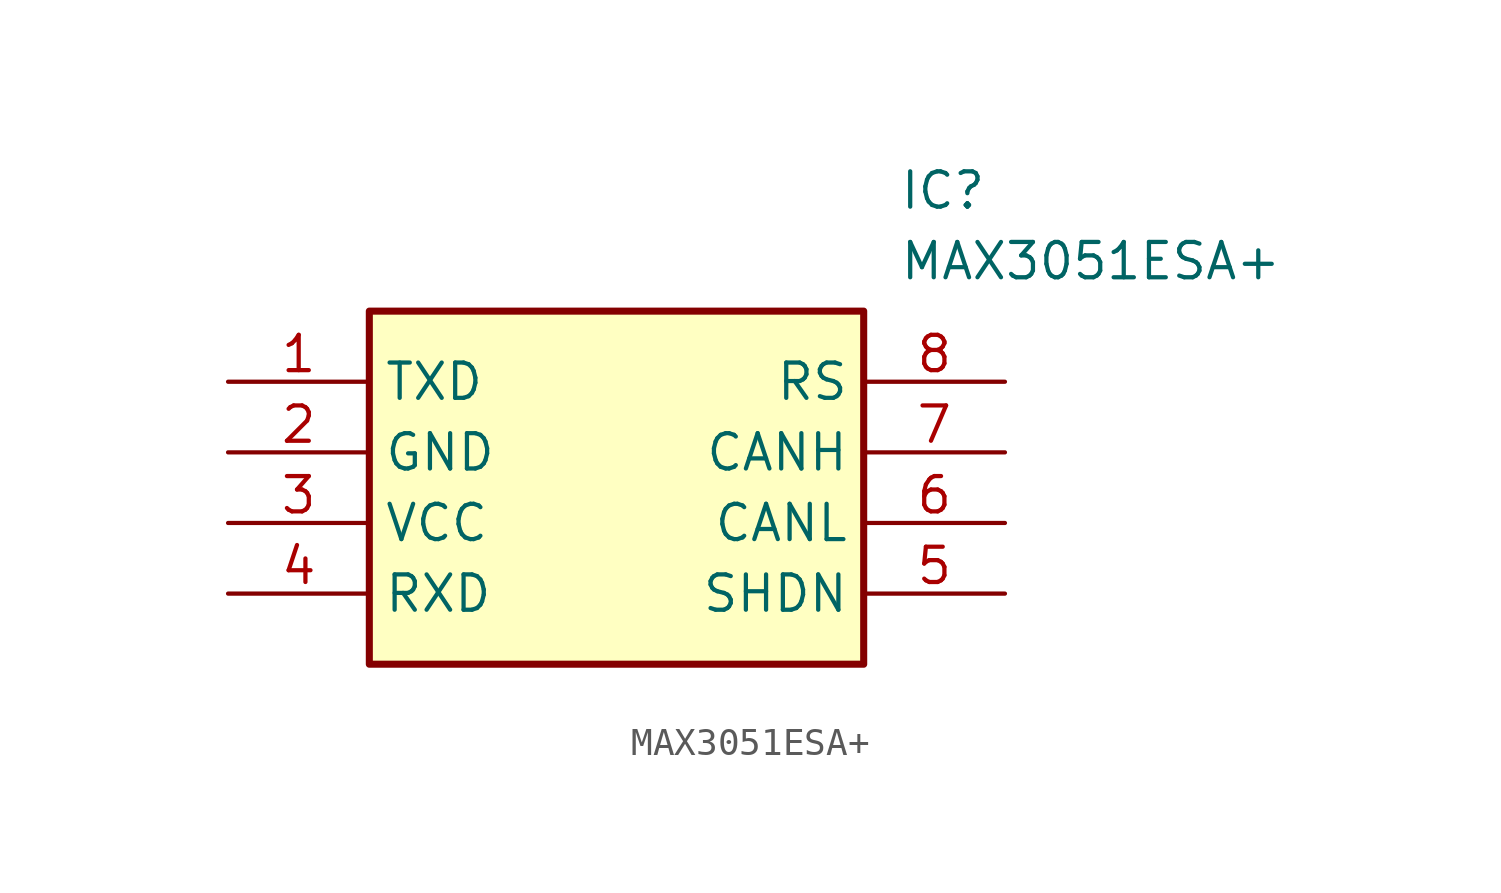
<source format=kicad_sym>
(kicad_symbol_lib
  (version 20211014)
  (generator SamacSys_ECAD_Model)
  (symbol "MAX3051ESA+"
    (property "Reference" "IC"
      (at 24.13 7.62 0)
      (effects (font (size 1.27 1.27)) (justify left top)))
    (property "Value" "MAX3051ESA+"
      (at 24.13 5.08 0)
      (effects (font (size 1.27 1.27)) (justify left top)))
    (rectangle
      (start 5.08 2.54)
      (end 22.86 -10.16)
      (stroke (width 0.254) (type default))
      (fill (type background)))
    (pin passive line
      (at 0 0 0)
      (length 5.08)
      (name "TXD" (effects (font (size 1.27 1.27))))
      (number "1" (effects (font (size 1.27 1.27)))))
    (pin passive line
      (at 0 -2.54 0)
      (length 5.08)
      (name "GND" (effects (font (size 1.27 1.27))))
      (number "2" (effects (font (size 1.27 1.27)))))
    (pin passive line
      (at 0 -5.08 0)
      (length 5.08)
      (name "VCC" (effects (font (size 1.27 1.27))))
      (number "3" (effects (font (size 1.27 1.27)))))
    (pin passive line
      (at 0 -7.62 0)
      (length 5.08)
      (name "RXD" (effects (font (size 1.27 1.27))))
      (number "4" (effects (font (size 1.27 1.27)))))
    (pin passive line
      (at 27.94 0 180)
      (length 5.08)
      (name "RS" (effects (font (size 1.27 1.27))))
      (number "8" (effects (font (size 1.27 1.27)))))
    (pin passive line
      (at 27.94 -2.54 180)
      (length 5.08)
      (name "CANH" (effects (font (size 1.27 1.27))))
      (number "7" (effects (font (size 1.27 1.27)))))
    (pin passive line
      (at 27.94 -5.08 180)
      (length 5.08)
      (name "CANL" (effects (font (size 1.27 1.27))))
      (number "6" (effects (font (size 1.27 1.27)))))
    (pin passive line
      (at 27.94 -7.62 180)
      (length 5.08)
      (name "SHDN" (effects (font (size 1.27 1.27))))
      (number "5" (effects (font (size 1.27 1.27)))))))
</source>
